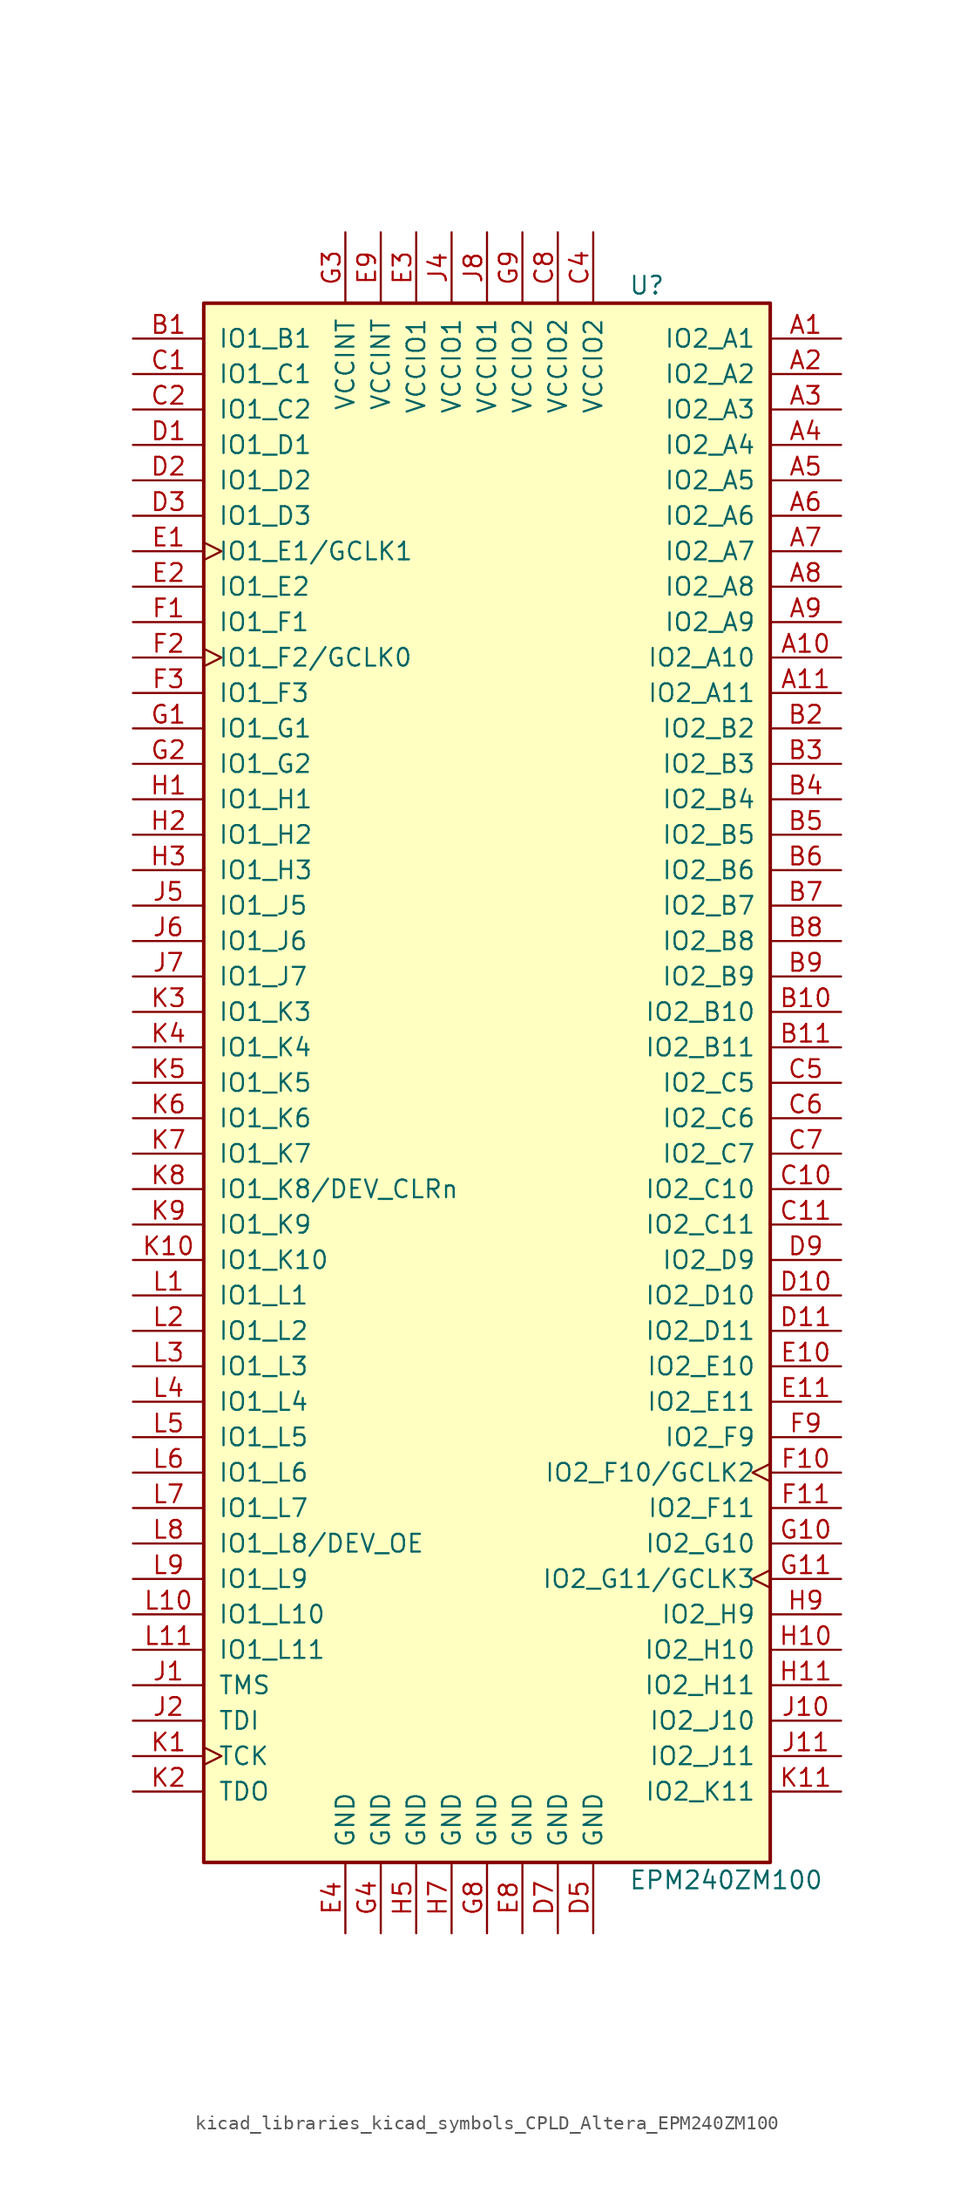
<source format=kicad_sym>
(kicad_symbol_lib
  (version 20220914)
  (generator kicad_symbol_editor)
  (symbol "kicad_libraries_kicad_symbols_CPLD_Altera_EPM240ZM100"
    (pin_names
      (offset 1.016))
    (property "Reference" "U"
      (at 10.16 57.15 0)
      (effects (font (size 1.27 1.27)) (justify left)))
    (property "Value" "EPM240ZM100"
      (at 10.16 -57.15 0)
      (effects (font (size 1.27 1.27)) (justify left)))
    (property "ki_locked" ""
      (at 0 0 0)
      (effects (font (size 1.27 1.27))))
    (symbol "kicad_libraries_kicad_symbols_CPLD_Altera_EPM240ZM100_1_1"
      (rectangle (start -20.32 55.88) (end 20.32 -55.88) (stroke (width 0.254) (type default)) (fill (type background)))
      (pin bidirectional line (at 25.4 53.34 180) (length 5.08) (name "IO2_A1" (effects (font (size 1.27 1.27)))) (number "A1" (effects (font (size 1.27 1.27)))))
      (pin bidirectional line (at 25.4 30.48 180) (length 5.08) (name "IO2_A10" (effects (font (size 1.27 1.27)))) (number "A10" (effects (font (size 1.27 1.27)))))
      (pin bidirectional line (at 25.4 27.94 180) (length 5.08) (name "IO2_A11" (effects (font (size 1.27 1.27)))) (number "A11" (effects (font (size 1.27 1.27)))))
      (pin bidirectional line (at 25.4 50.8 180) (length 5.08) (name "IO2_A2" (effects (font (size 1.27 1.27)))) (number "A2" (effects (font (size 1.27 1.27)))))
      (pin bidirectional line (at 25.4 48.26 180) (length 5.08) (name "IO2_A3" (effects (font (size 1.27 1.27)))) (number "A3" (effects (font (size 1.27 1.27)))))
      (pin bidirectional line (at 25.4 45.72 180) (length 5.08) (name "IO2_A4" (effects (font (size 1.27 1.27)))) (number "A4" (effects (font (size 1.27 1.27)))))
      (pin bidirectional line (at 25.4 43.18 180) (length 5.08) (name "IO2_A5" (effects (font (size 1.27 1.27)))) (number "A5" (effects (font (size 1.27 1.27)))))
      (pin bidirectional line (at 25.4 40.64 180) (length 5.08) (name "IO2_A6" (effects (font (size 1.27 1.27)))) (number "A6" (effects (font (size 1.27 1.27)))))
      (pin bidirectional line (at 25.4 38.1 180) (length 5.08) (name "IO2_A7" (effects (font (size 1.27 1.27)))) (number "A7" (effects (font (size 1.27 1.27)))))
      (pin bidirectional line (at 25.4 35.56 180) (length 5.08) (name "IO2_A8" (effects (font (size 1.27 1.27)))) (number "A8" (effects (font (size 1.27 1.27)))))
      (pin bidirectional line (at 25.4 33.02 180) (length 5.08) (name "IO2_A9" (effects (font (size 1.27 1.27)))) (number "A9" (effects (font (size 1.27 1.27)))))
      (pin bidirectional line (at -25.4 53.34 0) (length 5.08) (name "IO1_B1" (effects (font (size 1.27 1.27)))) (number "B1" (effects (font (size 1.27 1.27)))))
      (pin bidirectional line (at 25.4 5.08 180) (length 5.08) (name "IO2_B10" (effects (font (size 1.27 1.27)))) (number "B10" (effects (font (size 1.27 1.27)))))
      (pin bidirectional line (at 25.4 2.54 180) (length 5.08) (name "IO2_B11" (effects (font (size 1.27 1.27)))) (number "B11" (effects (font (size 1.27 1.27)))))
      (pin bidirectional line (at 25.4 25.4 180) (length 5.08) (name "IO2_B2" (effects (font (size 1.27 1.27)))) (number "B2" (effects (font (size 1.27 1.27)))))
      (pin bidirectional line (at 25.4 22.86 180) (length 5.08) (name "IO2_B3" (effects (font (size 1.27 1.27)))) (number "B3" (effects (font (size 1.27 1.27)))))
      (pin bidirectional line (at 25.4 20.32 180) (length 5.08) (name "IO2_B4" (effects (font (size 1.27 1.27)))) (number "B4" (effects (font (size 1.27 1.27)))))
      (pin bidirectional line (at 25.4 17.78 180) (length 5.08) (name "IO2_B5" (effects (font (size 1.27 1.27)))) (number "B5" (effects (font (size 1.27 1.27)))))
      (pin bidirectional line (at 25.4 15.24 180) (length 5.08) (name "IO2_B6" (effects (font (size 1.27 1.27)))) (number "B6" (effects (font (size 1.27 1.27)))))
      (pin bidirectional line (at 25.4 12.7 180) (length 5.08) (name "IO2_B7" (effects (font (size 1.27 1.27)))) (number "B7" (effects (font (size 1.27 1.27)))))
      (pin bidirectional line (at 25.4 10.16 180) (length 5.08) (name "IO2_B8" (effects (font (size 1.27 1.27)))) (number "B8" (effects (font (size 1.27 1.27)))))
      (pin bidirectional line (at 25.4 7.62 180) (length 5.08) (name "IO2_B9" (effects (font (size 1.27 1.27)))) (number "B9" (effects (font (size 1.27 1.27)))))
      (pin bidirectional line (at -25.4 50.8 0) (length 5.08) (name "IO1_C1" (effects (font (size 1.27 1.27)))) (number "C1" (effects (font (size 1.27 1.27)))))
      (pin bidirectional line (at 25.4 -7.62 180) (length 5.08) (name "IO2_C10" (effects (font (size 1.27 1.27)))) (number "C10" (effects (font (size 1.27 1.27)))))
      (pin bidirectional line (at 25.4 -10.16 180) (length 5.08) (name "IO2_C11" (effects (font (size 1.27 1.27)))) (number "C11" (effects (font (size 1.27 1.27)))))
      (pin bidirectional line (at -25.4 48.26 0) (length 5.08) (name "IO1_C2" (effects (font (size 1.27 1.27)))) (number "C2" (effects (font (size 1.27 1.27)))))
      (pin power_in line (at 7.62 60.96 270) (length 5.08) (name "VCCIO2" (effects (font (size 1.27 1.27)))) (number "C4" (effects (font (size 1.27 1.27)))))
      (pin bidirectional line (at 25.4 0 180) (length 5.08) (name "IO2_C5" (effects (font (size 1.27 1.27)))) (number "C5" (effects (font (size 1.27 1.27)))))
      (pin bidirectional line (at 25.4 -2.54 180) (length 5.08) (name "IO2_C6" (effects (font (size 1.27 1.27)))) (number "C6" (effects (font (size 1.27 1.27)))))
      (pin bidirectional line (at 25.4 -5.08 180) (length 5.08) (name "IO2_C7" (effects (font (size 1.27 1.27)))) (number "C7" (effects (font (size 1.27 1.27)))))
      (pin power_in line (at 5.08 60.96 270) (length 5.08) (name "VCCIO2" (effects (font (size 1.27 1.27)))) (number "C8" (effects (font (size 1.27 1.27)))))
      (pin bidirectional line (at -25.4 45.72 0) (length 5.08) (name "IO1_D1" (effects (font (size 1.27 1.27)))) (number "D1" (effects (font (size 1.27 1.27)))))
      (pin bidirectional line (at 25.4 -15.24 180) (length 5.08) (name "IO2_D10" (effects (font (size 1.27 1.27)))) (number "D10" (effects (font (size 1.27 1.27)))))
      (pin bidirectional line (at 25.4 -17.78 180) (length 5.08) (name "IO2_D11" (effects (font (size 1.27 1.27)))) (number "D11" (effects (font (size 1.27 1.27)))))
      (pin bidirectional line (at -25.4 43.18 0) (length 5.08) (name "IO1_D2" (effects (font (size 1.27 1.27)))) (number "D2" (effects (font (size 1.27 1.27)))))
      (pin bidirectional line (at -25.4 40.64 0) (length 5.08) (name "IO1_D3" (effects (font (size 1.27 1.27)))) (number "D3" (effects (font (size 1.27 1.27)))))
      (pin power_in line (at 7.62 -60.96 90) (length 5.08) (name "GND" (effects (font (size 1.27 1.27)))) (number "D5" (effects (font (size 1.27 1.27)))))
      (pin power_in line (at 5.08 -60.96 90) (length 5.08) (name "GND" (effects (font (size 1.27 1.27)))) (number "D7" (effects (font (size 1.27 1.27)))))
      (pin bidirectional line (at 25.4 -12.7 180) (length 5.08) (name "IO2_D9" (effects (font (size 1.27 1.27)))) (number "D9" (effects (font (size 1.27 1.27)))))
      (pin bidirectional clock (at -25.4 38.1 0) (length 5.08) (name "IO1_E1/GCLK1" (effects (font (size 1.27 1.27)))) (number "E1" (effects (font (size 1.27 1.27)))))
      (pin bidirectional line (at 25.4 -20.32 180) (length 5.08) (name "IO2_E10" (effects (font (size 1.27 1.27)))) (number "E10" (effects (font (size 1.27 1.27)))))
      (pin bidirectional line (at 25.4 -22.86 180) (length 5.08) (name "IO2_E11" (effects (font (size 1.27 1.27)))) (number "E11" (effects (font (size 1.27 1.27)))))
      (pin bidirectional line (at -25.4 35.56 0) (length 5.08) (name "IO1_E2" (effects (font (size 1.27 1.27)))) (number "E2" (effects (font (size 1.27 1.27)))))
      (pin power_in line (at -5.08 60.96 270) (length 5.08) (name "VCCIO1" (effects (font (size 1.27 1.27)))) (number "E3" (effects (font (size 1.27 1.27)))))
      (pin power_in line (at -10.16 -60.96 90) (length 5.08) (name "GND" (effects (font (size 1.27 1.27)))) (number "E4" (effects (font (size 1.27 1.27)))))
      (pin power_in line (at 2.54 -60.96 90) (length 5.08) (name "GND" (effects (font (size 1.27 1.27)))) (number "E8" (effects (font (size 1.27 1.27)))))
      (pin power_in line (at -7.62 60.96 270) (length 5.08) (name "VCCINT" (effects (font (size 1.27 1.27)))) (number "E9" (effects (font (size 1.27 1.27)))))
      (pin bidirectional line (at -25.4 33.02 0) (length 5.08) (name "IO1_F1" (effects (font (size 1.27 1.27)))) (number "F1" (effects (font (size 1.27 1.27)))))
      (pin bidirectional clock (at 25.4 -27.94 180) (length 5.08) (name "IO2_F10/GCLK2" (effects (font (size 1.27 1.27)))) (number "F10" (effects (font (size 1.27 1.27)))))
      (pin bidirectional line (at 25.4 -30.48 180) (length 5.08) (name "IO2_F11" (effects (font (size 1.27 1.27)))) (number "F11" (effects (font (size 1.27 1.27)))))
      (pin bidirectional clock (at -25.4 30.48 0) (length 5.08) (name "IO1_F2/GCLK0" (effects (font (size 1.27 1.27)))) (number "F2" (effects (font (size 1.27 1.27)))))
      (pin bidirectional line (at -25.4 27.94 0) (length 5.08) (name "IO1_F3" (effects (font (size 1.27 1.27)))) (number "F3" (effects (font (size 1.27 1.27)))))
      (pin bidirectional line (at 25.4 -25.4 180) (length 5.08) (name "IO2_F9" (effects (font (size 1.27 1.27)))) (number "F9" (effects (font (size 1.27 1.27)))))
      (pin bidirectional line (at -25.4 25.4 0) (length 5.08) (name "IO1_G1" (effects (font (size 1.27 1.27)))) (number "G1" (effects (font (size 1.27 1.27)))))
      (pin bidirectional line (at 25.4 -33.02 180) (length 5.08) (name "IO2_G10" (effects (font (size 1.27 1.27)))) (number "G10" (effects (font (size 1.27 1.27)))))
      (pin bidirectional clock (at 25.4 -35.56 180) (length 5.08) (name "IO2_G11/GCLK3" (effects (font (size 1.27 1.27)))) (number "G11" (effects (font (size 1.27 1.27)))))
      (pin bidirectional line (at -25.4 22.86 0) (length 5.08) (name "IO1_G2" (effects (font (size 1.27 1.27)))) (number "G2" (effects (font (size 1.27 1.27)))))
      (pin power_in line (at -10.16 60.96 270) (length 5.08) (name "VCCINT" (effects (font (size 1.27 1.27)))) (number "G3" (effects (font (size 1.27 1.27)))))
      (pin power_in line (at -7.62 -60.96 90) (length 5.08) (name "GND" (effects (font (size 1.27 1.27)))) (number "G4" (effects (font (size 1.27 1.27)))))
      (pin power_in line (at 0 -60.96 90) (length 5.08) (name "GND" (effects (font (size 1.27 1.27)))) (number "G8" (effects (font (size 1.27 1.27)))))
      (pin power_in line (at 2.54 60.96 270) (length 5.08) (name "VCCIO2" (effects (font (size 1.27 1.27)))) (number "G9" (effects (font (size 1.27 1.27)))))
      (pin bidirectional line (at -25.4 20.32 0) (length 5.08) (name "IO1_H1" (effects (font (size 1.27 1.27)))) (number "H1" (effects (font (size 1.27 1.27)))))
      (pin bidirectional line (at 25.4 -40.64 180) (length 5.08) (name "IO2_H10" (effects (font (size 1.27 1.27)))) (number "H10" (effects (font (size 1.27 1.27)))))
      (pin bidirectional line (at 25.4 -43.18 180) (length 5.08) (name "IO2_H11" (effects (font (size 1.27 1.27)))) (number "H11" (effects (font (size 1.27 1.27)))))
      (pin bidirectional line (at -25.4 17.78 0) (length 5.08) (name "IO1_H2" (effects (font (size 1.27 1.27)))) (number "H2" (effects (font (size 1.27 1.27)))))
      (pin bidirectional line (at -25.4 15.24 0) (length 5.08) (name "IO1_H3" (effects (font (size 1.27 1.27)))) (number "H3" (effects (font (size 1.27 1.27)))))
      (pin power_in line (at -5.08 -60.96 90) (length 5.08) (name "GND" (effects (font (size 1.27 1.27)))) (number "H5" (effects (font (size 1.27 1.27)))))
      (pin power_in line (at -2.54 -60.96 90) (length 5.08) (name "GND" (effects (font (size 1.27 1.27)))) (number "H7" (effects (font (size 1.27 1.27)))))
      (pin bidirectional line (at 25.4 -38.1 180) (length 5.08) (name "IO2_H9" (effects (font (size 1.27 1.27)))) (number "H9" (effects (font (size 1.27 1.27)))))
      (pin input line (at -25.4 -43.18 0) (length 5.08) (name "TMS" (effects (font (size 1.27 1.27)))) (number "J1" (effects (font (size 1.27 1.27)))))
      (pin bidirectional line (at 25.4 -45.72 180) (length 5.08) (name "IO2_J10" (effects (font (size 1.27 1.27)))) (number "J10" (effects (font (size 1.27 1.27)))))
      (pin bidirectional line (at 25.4 -48.26 180) (length 5.08) (name "IO2_J11" (effects (font (size 1.27 1.27)))) (number "J11" (effects (font (size 1.27 1.27)))))
      (pin input line (at -25.4 -45.72 0) (length 5.08) (name "TDI" (effects (font (size 1.27 1.27)))) (number "J2" (effects (font (size 1.27 1.27)))))
      (pin power_in line (at -2.54 60.96 270) (length 5.08) (name "VCCIO1" (effects (font (size 1.27 1.27)))) (number "J4" (effects (font (size 1.27 1.27)))))
      (pin bidirectional line (at -25.4 12.7 0) (length 5.08) (name "IO1_J5" (effects (font (size 1.27 1.27)))) (number "J5" (effects (font (size 1.27 1.27)))))
      (pin bidirectional line (at -25.4 10.16 0) (length 5.08) (name "IO1_J6" (effects (font (size 1.27 1.27)))) (number "J6" (effects (font (size 1.27 1.27)))))
      (pin bidirectional line (at -25.4 7.62 0) (length 5.08) (name "IO1_J7" (effects (font (size 1.27 1.27)))) (number "J7" (effects (font (size 1.27 1.27)))))
      (pin power_in line (at 0 60.96 270) (length 5.08) (name "VCCIO1" (effects (font (size 1.27 1.27)))) (number "J8" (effects (font (size 1.27 1.27)))))
      (pin input clock (at -25.4 -48.26 0) (length 5.08) (name "TCK" (effects (font (size 1.27 1.27)))) (number "K1" (effects (font (size 1.27 1.27)))))
      (pin bidirectional line (at -25.4 -12.7 0) (length 5.08) (name "IO1_K10" (effects (font (size 1.27 1.27)))) (number "K10" (effects (font (size 1.27 1.27)))))
      (pin bidirectional line (at 25.4 -50.8 180) (length 5.08) (name "IO2_K11" (effects (font (size 1.27 1.27)))) (number "K11" (effects (font (size 1.27 1.27)))))
      (pin output line (at -25.4 -50.8 0) (length 5.08) (name "TDO" (effects (font (size 1.27 1.27)))) (number "K2" (effects (font (size 1.27 1.27)))))
      (pin bidirectional line (at -25.4 5.08 0) (length 5.08) (name "IO1_K3" (effects (font (size 1.27 1.27)))) (number "K3" (effects (font (size 1.27 1.27)))))
      (pin bidirectional line (at -25.4 2.54 0) (length 5.08) (name "IO1_K4" (effects (font (size 1.27 1.27)))) (number "K4" (effects (font (size 1.27 1.27)))))
      (pin bidirectional line (at -25.4 0 0) (length 5.08) (name "IO1_K5" (effects (font (size 1.27 1.27)))) (number "K5" (effects (font (size 1.27 1.27)))))
      (pin bidirectional line (at -25.4 -2.54 0) (length 5.08) (name "IO1_K6" (effects (font (size 1.27 1.27)))) (number "K6" (effects (font (size 1.27 1.27)))))
      (pin bidirectional line (at -25.4 -5.08 0) (length 5.08) (name "IO1_K7" (effects (font (size 1.27 1.27)))) (number "K7" (effects (font (size 1.27 1.27)))))
      (pin bidirectional line (at -25.4 -7.62 0) (length 5.08) (name "IO1_K8/DEV_CLRn" (effects (font (size 1.27 1.27)))) (number "K8" (effects (font (size 1.27 1.27)))))
      (pin bidirectional line (at -25.4 -10.16 0) (length 5.08) (name "IO1_K9" (effects (font (size 1.27 1.27)))) (number "K9" (effects (font (size 1.27 1.27)))))
      (pin bidirectional line (at -25.4 -15.24 0) (length 5.08) (name "IO1_L1" (effects (font (size 1.27 1.27)))) (number "L1" (effects (font (size 1.27 1.27)))))
      (pin bidirectional line (at -25.4 -38.1 0) (length 5.08) (name "IO1_L10" (effects (font (size 1.27 1.27)))) (number "L10" (effects (font (size 1.27 1.27)))))
      (pin bidirectional line (at -25.4 -40.64 0) (length 5.08) (name "IO1_L11" (effects (font (size 1.27 1.27)))) (number "L11" (effects (font (size 1.27 1.27)))))
      (pin bidirectional line (at -25.4 -17.78 0) (length 5.08) (name "IO1_L2" (effects (font (size 1.27 1.27)))) (number "L2" (effects (font (size 1.27 1.27)))))
      (pin bidirectional line (at -25.4 -20.32 0) (length 5.08) (name "IO1_L3" (effects (font (size 1.27 1.27)))) (number "L3" (effects (font (size 1.27 1.27)))))
      (pin bidirectional line (at -25.4 -22.86 0) (length 5.08) (name "IO1_L4" (effects (font (size 1.27 1.27)))) (number "L4" (effects (font (size 1.27 1.27)))))
      (pin bidirectional line (at -25.4 -25.4 0) (length 5.08) (name "IO1_L5" (effects (font (size 1.27 1.27)))) (number "L5" (effects (font (size 1.27 1.27)))))
      (pin bidirectional line (at -25.4 -27.94 0) (length 5.08) (name "IO1_L6" (effects (font (size 1.27 1.27)))) (number "L6" (effects (font (size 1.27 1.27)))))
      (pin bidirectional line (at -25.4 -30.48 0) (length 5.08) (name "IO1_L7" (effects (font (size 1.27 1.27)))) (number "L7" (effects (font (size 1.27 1.27)))))
      (pin bidirectional line (at -25.4 -33.02 0) (length 5.08) (name "IO1_L8/DEV_OE" (effects (font (size 1.27 1.27)))) (number "L8" (effects (font (size 1.27 1.27)))))
      (pin bidirectional line (at -25.4 -35.56 0) (length 5.08) (name "IO1_L9" (effects (font (size 1.27 1.27)))) (number "L9" (effects (font (size 1.27 1.27))))))))
</source>
